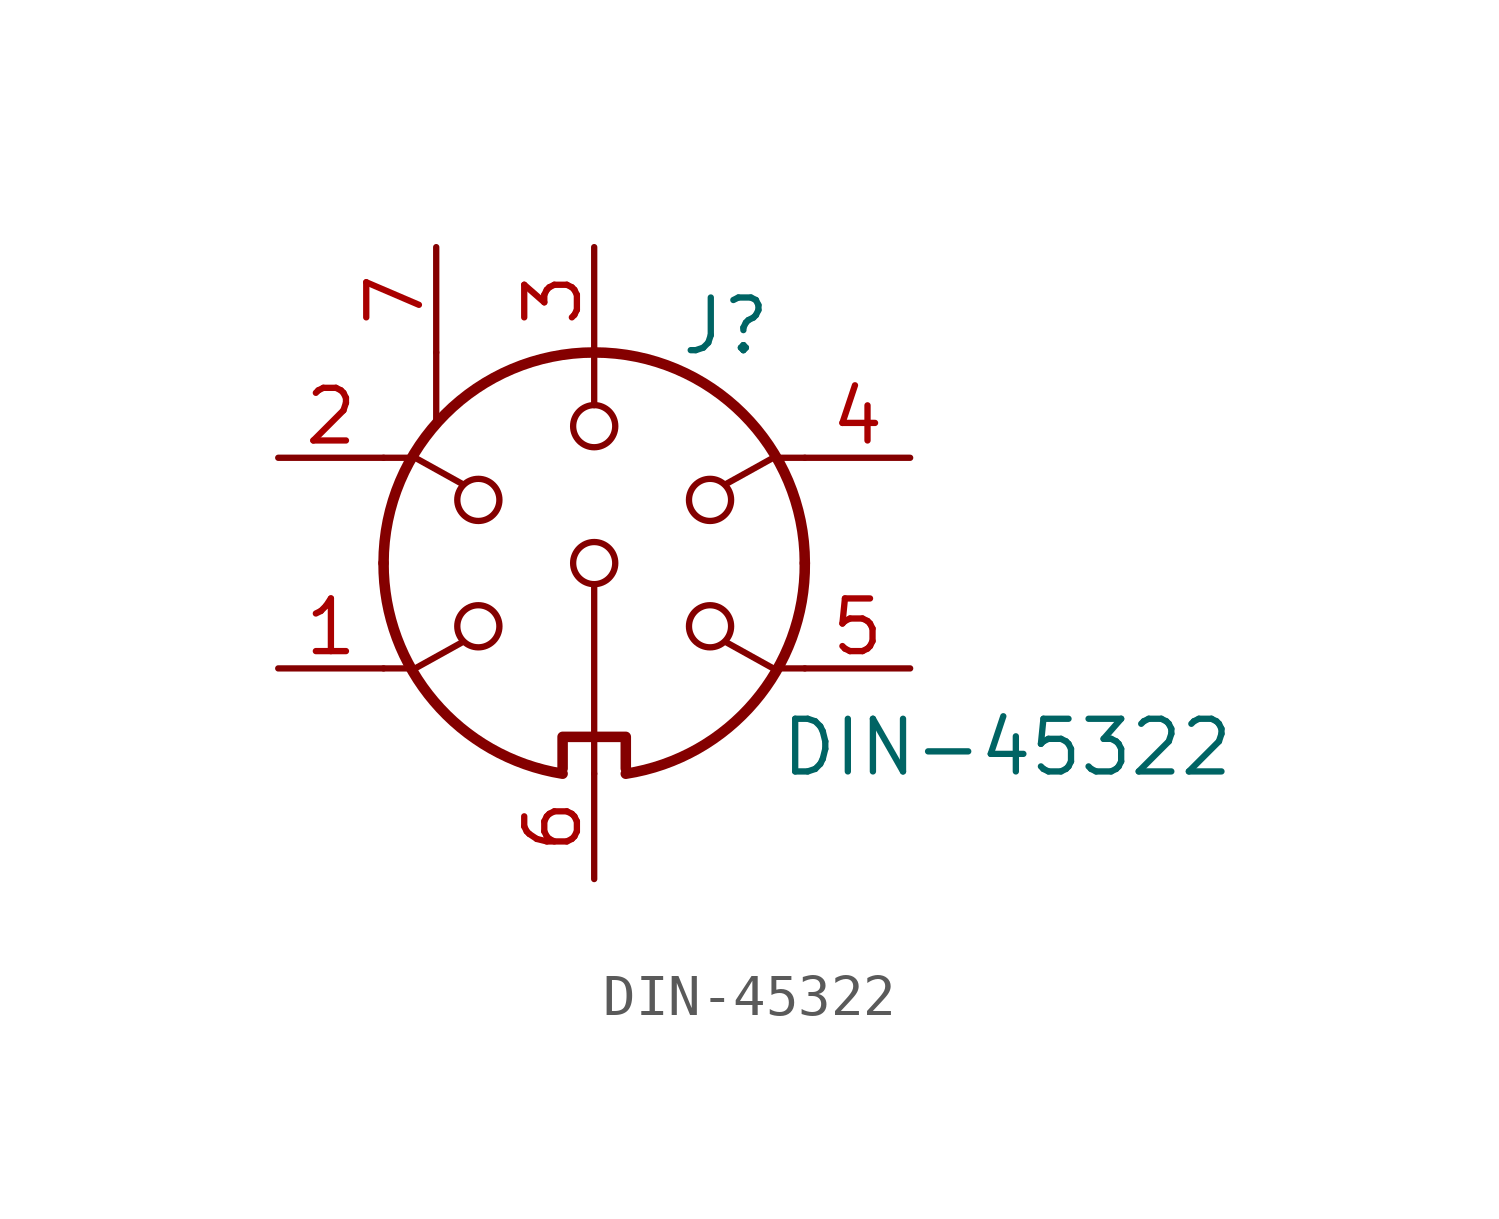
<source format=kicad_sym>
(kicad_symbol_lib
  (version 20211014)
  (generator kicad_symbol_editor)
  (symbol "DIN-45322"
    (pin_names
      (offset 1.016))
    (property "Reference" "J"
      (at 3.175 5.715 0)
      (effects (font (size 1.27 1.27))))
    (property "Value" "DIN-45322"
      (at 4.445 -4.445 0)
      (effects (font (size 1.27 1.27)) (justify left)))
    (symbol "DIN-45322_0_1"
      (arc (start -5.08 0) (mid -3.8597 -3.3379) (end -0.762 -5.08) (stroke (width 0.254) (type default) (color 0 0 0 0)) (fill (type none)))
      (circle (center -2.794 -1.524) (radius 0.508) (stroke (width 0) (type default) (color 0 0 0 0)) (fill (type none)))
      (circle (center -2.794 1.524) (radius 0.508) (stroke (width 0) (type default) (color 0 0 0 0)) (fill (type none)))
      (polyline (pts (xy -3.81 5.08) (xy -3.81 3.302)) (stroke (width 0) (type default) (color 0 0 0 0)) (fill (type none)))
      (polyline (pts (xy 0 -5.08) (xy 0 -0.508)) (stroke (width 0) (type default) (color 0 0 0 0)) (fill (type none)))
      (polyline (pts (xy 0 5.08) (xy 0 3.81)) (stroke (width 0) (type default) (color 0 0 0 0)) (fill (type none)))
      (polyline (pts (xy -5.08 -2.54) (xy -4.318 -2.54) (xy -3.175 -1.905)) (stroke (width 0) (type default) (color 0 0 0 0)) (fill (type none)))
      (polyline (pts (xy -5.08 2.54) (xy -4.318 2.54) (xy -3.175 1.905)) (stroke (width 0) (type default) (color 0 0 0 0)) (fill (type none)))
      (polyline (pts (xy 5.08 -2.54) (xy 4.318 -2.54) (xy 3.175 -1.905)) (stroke (width 0) (type default) (color 0 0 0 0)) (fill (type none)))
      (polyline (pts (xy 5.08 2.54) (xy 4.318 2.54) (xy 3.175 1.905)) (stroke (width 0) (type default) (color 0 0 0 0)) (fill (type none)))
      (polyline (pts (xy -0.762 -4.953) (xy -0.762 -4.191) (xy 0.762 -4.191) (xy 0.762 -4.953)) (stroke (width 0.254) (type default) (color 0 0 0 0)) (fill (type none)))
      (circle (center 0 0) (radius 0.508) (stroke (width 0) (type default) (color 0 0 0 0)) (fill (type none)))
      (circle (center 0 3.302) (radius 0.508) (stroke (width 0) (type default) (color 0 0 0 0)) (fill (type none)))
      (arc (start 0.762 -5.08) (mid 3.8673 -3.3444) (end 5.08 0) (stroke (width 0.254) (type default) (color 0 0 0 0)) (fill (type none)))
      (circle (center 2.794 -1.524) (radius 0.508) (stroke (width 0) (type default) (color 0 0 0 0)) (fill (type none)))
      (circle (center 2.794 1.524) (radius 0.508) (stroke (width 0) (type default) (color 0 0 0 0)) (fill (type none)))
      (arc (start 5.08 0) (mid 0 5.08) (end -5.08 0) (stroke (width 0.254) (type default) (color 0 0 0 0)) (fill (type none))))
    (symbol "DIN-45322_1_1"
      (pin passive line (at -7.62 -2.54 0) (length 2.54) (name "~" (effects (font (size 1.27 1.27)))) (number "1" (effects (font (size 1.27 1.27)))))
      (pin passive line (at -7.62 2.54 0) (length 2.54) (name "~" (effects (font (size 1.27 1.27)))) (number "2" (effects (font (size 1.27 1.27)))))
      (pin passive line (at 0 7.62 270) (length 2.54) (name "~" (effects (font (size 1.27 1.27)))) (number "3" (effects (font (size 1.27 1.27)))))
      (pin passive line (at 7.62 2.54 180) (length 2.54) (name "~" (effects (font (size 1.27 1.27)))) (number "4" (effects (font (size 1.27 1.27)))))
      (pin passive line (at 7.62 -2.54 180) (length 2.54) (name "~" (effects (font (size 1.27 1.27)))) (number "5" (effects (font (size 1.27 1.27)))))
      (pin passive line (at 0 -7.62 90) (length 2.54) (name "~" (effects (font (size 1.27 1.27)))) (number "6" (effects (font (size 1.27 1.27)))))
      (pin passive line (at -3.81 7.62 270) (length 2.54) (name "~" (effects (font (size 1.27 1.27)))) (number "7" (effects (font (size 1.27 1.27))))))))
</source>
